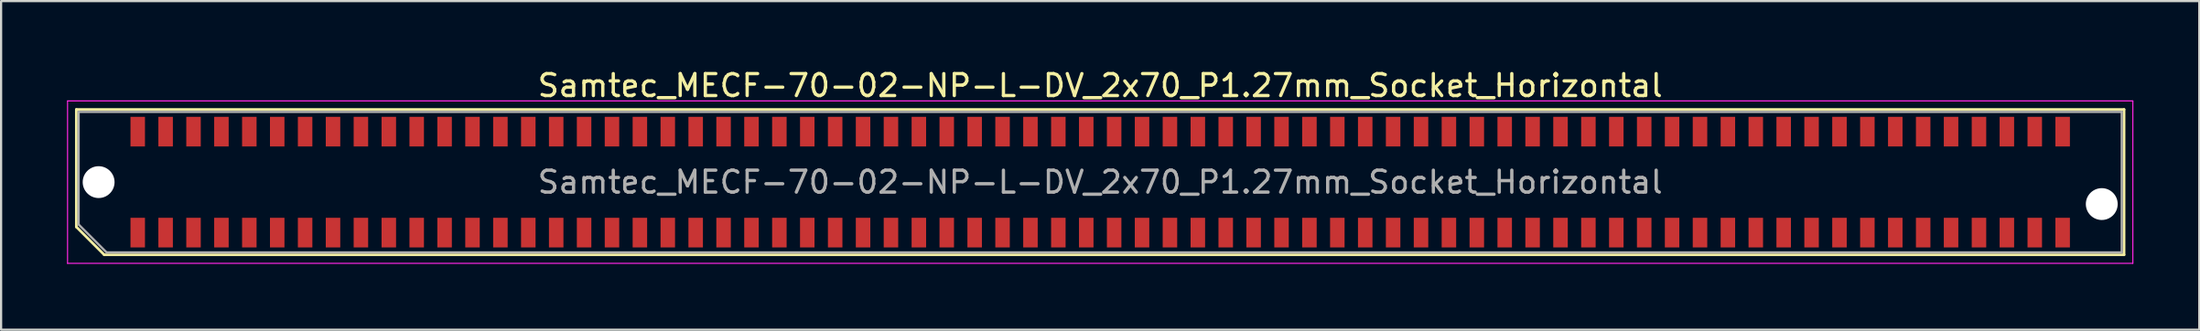
<source format=kicad_pcb>
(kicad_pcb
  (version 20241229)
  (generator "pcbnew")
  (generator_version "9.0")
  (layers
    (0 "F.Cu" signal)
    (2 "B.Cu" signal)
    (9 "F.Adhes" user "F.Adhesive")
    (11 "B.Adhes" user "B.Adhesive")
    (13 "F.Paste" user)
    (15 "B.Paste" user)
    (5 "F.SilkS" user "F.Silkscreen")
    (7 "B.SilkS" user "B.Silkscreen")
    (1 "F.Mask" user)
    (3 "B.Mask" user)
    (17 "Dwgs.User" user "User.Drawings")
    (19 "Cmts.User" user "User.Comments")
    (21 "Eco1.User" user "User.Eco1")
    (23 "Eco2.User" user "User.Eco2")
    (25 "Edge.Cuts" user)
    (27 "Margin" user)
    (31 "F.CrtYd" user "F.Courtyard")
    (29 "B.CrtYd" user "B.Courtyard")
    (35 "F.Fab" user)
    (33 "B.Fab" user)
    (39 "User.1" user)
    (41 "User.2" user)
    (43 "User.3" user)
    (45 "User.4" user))
  (footprint "Samtec_MECF-70-02-NP-L-DV_2x70_P1.27mm_Socket_Horizontal"
    (layer "F.Cu")
    (at 47.035 5.248)
    (property "Reference" "Samtec_MECF-70-02-NP-L-DV_2x70_P1.27mm_Socket_Horizontal" (at 0 -4.4 0) (layer "F.SilkS") (effects (font (size 1 1) (thickness 0.15))))
    (attr smd)
    (fp_line (start -46.61 -3.31) (end 46.61 -3.31) (stroke (width 0.12) (type solid)) (layer "F.SilkS"))
    (fp_line (start -46.61 2.04) (end -46.61 -3.31) (stroke (width 0.12) (type solid)) (layer "F.SilkS"))
    (fp_line (start -45.34 3.31) (end -46.61 2.04) (stroke (width 0.12) (type solid)) (layer "F.SilkS"))
    (fp_line (start -45.34 3.31) (end 46.61 3.31) (stroke (width 0.12) (type solid)) (layer "F.SilkS"))
    (fp_line (start 46.61 3.31) (end 46.61 -3.31) (stroke (width 0.12) (type solid)) (layer "F.SilkS"))
    (fp_line (start -47.01 -3.7) (end -47.01 3.7) (stroke (width 0.05) (type solid)) (layer "F.CrtYd"))
    (fp_line (start -47.01 3.7) (end 47.01 3.7) (stroke (width 0.05) (type solid)) (layer "F.CrtYd"))
    (fp_line (start 47.01 -3.7) (end -47.01 -3.7) (stroke (width 0.05) (type solid)) (layer "F.CrtYd"))
    (fp_line (start 47.01 3.7) (end 47.01 -3.7) (stroke (width 0.05) (type solid)) (layer "F.CrtYd"))
    (fp_line (start -46.505 -3.2) (end 46.505 -3.2) (stroke (width 0.1) (type solid)) (layer "F.Fab"))
    (fp_line (start -46.505 1.93) (end -46.505 -3.2) (stroke (width 0.1) (type solid)) (layer "F.Fab"))
    (fp_line (start -46.505 1.93) (end -45.235 3.2) (stroke (width 0.1) (type solid)) (layer "F.Fab"))
    (fp_line (start -45.235 3.2) (end 46.505 3.2) (stroke (width 0.1) (type solid)) (layer "F.Fab"))
    (fp_line (start 46.505 3.2) (end 46.505 -3.2) (stroke (width 0.1) (type solid)) (layer "F.Fab"))
    (fp_text user "${REFERENCE}" (at 0 0 0) (layer "F.Fab") (effects (font (size 1 1) (thickness 0.15))))
    (pad "" np_thru_hole circle (at -45.595 0) (size 1.45 1.45) (drill 1.45) (layers "*.Cu" "*.Mask"))
    (pad "" np_thru_hole circle (at 45.595 1) (size 1.45 1.45) (drill 1.45) (layers "*.Cu" "*.Mask"))
    (pad "1" smd rect (at -43.815 2.3) (size 0.66 1.35) (layers "F.Cu" "F.Mask" "F.Paste"))
    (pad "2" smd rect (at -43.815 -2.3) (size 0.66 1.35) (layers "F.Cu" "F.Mask" "F.Paste"))
    (pad "3" smd rect (at -42.545 2.3) (size 0.66 1.35) (layers "F.Cu" "F.Mask" "F.Paste"))
    (pad "4" smd rect (at -42.545 -2.3) (size 0.66 1.35) (layers "F.Cu" "F.Mask" "F.Paste"))
    (pad "5" smd rect (at -41.275 2.3) (size 0.66 1.35) (layers "F.Cu" "F.Mask" "F.Paste"))
    (pad "6" smd rect (at -41.275 -2.3) (size 0.66 1.35) (layers "F.Cu" "F.Mask" "F.Paste"))
    (pad "7" smd rect (at -40.005 2.3) (size 0.66 1.35) (layers "F.Cu" "F.Mask" "F.Paste"))
    (pad "8" smd rect (at -40.005 -2.3) (size 0.66 1.35) (layers "F.Cu" "F.Mask" "F.Paste"))
    (pad "9" smd rect (at -38.735 2.3) (size 0.66 1.35) (layers "F.Cu" "F.Mask" "F.Paste"))
    (pad "10" smd rect (at -38.735 -2.3) (size 0.66 1.35) (layers "F.Cu" "F.Mask" "F.Paste"))
    (pad "11" smd rect (at -37.465 2.3) (size 0.66 1.35) (layers "F.Cu" "F.Mask" "F.Paste"))
    (pad "12" smd rect (at -37.465 -2.3) (size 0.66 1.35) (layers "F.Cu" "F.Mask" "F.Paste"))
    (pad "13" smd rect (at -36.195 2.3) (size 0.66 1.35) (layers "F.Cu" "F.Mask" "F.Paste"))
    (pad "14" smd rect (at -36.195 -2.3) (size 0.66 1.35) (layers "F.Cu" "F.Mask" "F.Paste"))
    (pad "15" smd rect (at -34.925 2.3) (size 0.66 1.35) (layers "F.Cu" "F.Mask" "F.Paste"))
    (pad "16" smd rect (at -34.925 -2.3) (size 0.66 1.35) (layers "F.Cu" "F.Mask" "F.Paste"))
    (pad "17" smd rect (at -33.655 2.3) (size 0.66 1.35) (layers "F.Cu" "F.Mask" "F.Paste"))
    (pad "18" smd rect (at -33.655 -2.3) (size 0.66 1.35) (layers "F.Cu" "F.Mask" "F.Paste"))
    (pad "19" smd rect (at -32.385 2.3) (size 0.66 1.35) (layers "F.Cu" "F.Mask" "F.Paste"))
    (pad "20" smd rect (at -32.385 -2.3) (size 0.66 1.35) (layers "F.Cu" "F.Mask" "F.Paste"))
    (pad "21" smd rect (at -31.115 2.3) (size 0.66 1.35) (layers "F.Cu" "F.Mask" "F.Paste"))
    (pad "22" smd rect (at -31.115 -2.3) (size 0.66 1.35) (layers "F.Cu" "F.Mask" "F.Paste"))
    (pad "23" smd rect (at -29.845 2.3) (size 0.66 1.35) (layers "F.Cu" "F.Mask" "F.Paste"))
    (pad "24" smd rect (at -29.845 -2.3) (size 0.66 1.35) (layers "F.Cu" "F.Mask" "F.Paste"))
    (pad "25" smd rect (at -28.575 2.3) (size 0.66 1.35) (layers "F.Cu" "F.Mask" "F.Paste"))
    (pad "26" smd rect (at -28.575 -2.3) (size 0.66 1.35) (layers "F.Cu" "F.Mask" "F.Paste"))
    (pad "27" smd rect (at -27.305 2.3) (size 0.66 1.35) (layers "F.Cu" "F.Mask" "F.Paste"))
    (pad "28" smd rect (at -27.305 -2.3) (size 0.66 1.35) (layers "F.Cu" "F.Mask" "F.Paste"))
    (pad "29" smd rect (at -26.035 2.3) (size 0.66 1.35) (layers "F.Cu" "F.Mask" "F.Paste"))
    (pad "30" smd rect (at -26.035 -2.3) (size 0.66 1.35) (layers "F.Cu" "F.Mask" "F.Paste"))
    (pad "31" smd rect (at -24.765 2.3) (size 0.66 1.35) (layers "F.Cu" "F.Mask" "F.Paste"))
    (pad "32" smd rect (at -24.765 -2.3) (size 0.66 1.35) (layers "F.Cu" "F.Mask" "F.Paste"))
    (pad "33" smd rect (at -23.495 2.3) (size 0.66 1.35) (layers "F.Cu" "F.Mask" "F.Paste"))
    (pad "34" smd rect (at -23.495 -2.3) (size 0.66 1.35) (layers "F.Cu" "F.Mask" "F.Paste"))
    (pad "35" smd rect (at -22.225 2.3) (size 0.66 1.35) (layers "F.Cu" "F.Mask" "F.Paste"))
    (pad "36" smd rect (at -22.225 -2.3) (size 0.66 1.35) (layers "F.Cu" "F.Mask" "F.Paste"))
    (pad "37" smd rect (at -20.955 2.3) (size 0.66 1.35) (layers "F.Cu" "F.Mask" "F.Paste"))
    (pad "38" smd rect (at -20.955 -2.3) (size 0.66 1.35) (layers "F.Cu" "F.Mask" "F.Paste"))
    (pad "39" smd rect (at -19.685 2.3) (size 0.66 1.35) (layers "F.Cu" "F.Mask" "F.Paste"))
    (pad "40" smd rect (at -19.685 -2.3) (size 0.66 1.35) (layers "F.Cu" "F.Mask" "F.Paste"))
    (pad "41" smd rect (at -18.415 2.3) (size 0.66 1.35) (layers "F.Cu" "F.Mask" "F.Paste"))
    (pad "42" smd rect (at -18.415 -2.3) (size 0.66 1.35) (layers "F.Cu" "F.Mask" "F.Paste"))
    (pad "43" smd rect (at -17.145 2.3) (size 0.66 1.35) (layers "F.Cu" "F.Mask" "F.Paste"))
    (pad "44" smd rect (at -17.145 -2.3) (size 0.66 1.35) (layers "F.Cu" "F.Mask" "F.Paste"))
    (pad "45" smd rect (at -15.875 2.3) (size 0.66 1.35) (layers "F.Cu" "F.Mask" "F.Paste"))
    (pad "46" smd rect (at -15.875 -2.3) (size 0.66 1.35) (layers "F.Cu" "F.Mask" "F.Paste"))
    (pad "47" smd rect (at -14.605 2.3) (size 0.66 1.35) (layers "F.Cu" "F.Mask" "F.Paste"))
    (pad "48" smd rect (at -14.605 -2.3) (size 0.66 1.35) (layers "F.Cu" "F.Mask" "F.Paste"))
    (pad "49" smd rect (at -13.335 2.3) (size 0.66 1.35) (layers "F.Cu" "F.Mask" "F.Paste"))
    (pad "50" smd rect (at -13.335 -2.3) (size 0.66 1.35) (layers "F.Cu" "F.Mask" "F.Paste"))
    (pad "51" smd rect (at -12.065 2.3) (size 0.66 1.35) (layers "F.Cu" "F.Mask" "F.Paste"))
    (pad "52" smd rect (at -12.065 -2.3) (size 0.66 1.35) (layers "F.Cu" "F.Mask" "F.Paste"))
    (pad "53" smd rect (at -10.795 2.3) (size 0.66 1.35) (layers "F.Cu" "F.Mask" "F.Paste"))
    (pad "54" smd rect (at -10.795 -2.3) (size 0.66 1.35) (layers "F.Cu" "F.Mask" "F.Paste"))
    (pad "55" smd rect (at -9.525 2.3) (size 0.66 1.35) (layers "F.Cu" "F.Mask" "F.Paste"))
    (pad "56" smd rect (at -9.525 -2.3) (size 0.66 1.35) (layers "F.Cu" "F.Mask" "F.Paste"))
    (pad "57" smd rect (at -8.255 2.3) (size 0.66 1.35) (layers "F.Cu" "F.Mask" "F.Paste"))
    (pad "58" smd rect (at -8.255 -2.3) (size 0.66 1.35) (layers "F.Cu" "F.Mask" "F.Paste"))
    (pad "59" smd rect (at -6.985 2.3) (size 0.66 1.35) (layers "F.Cu" "F.Mask" "F.Paste"))
    (pad "60" smd rect (at -6.985 -2.3) (size 0.66 1.35) (layers "F.Cu" "F.Mask" "F.Paste"))
    (pad "61" smd rect (at -5.715 2.3) (size 0.66 1.35) (layers "F.Cu" "F.Mask" "F.Paste"))
    (pad "62" smd rect (at -5.715 -2.3) (size 0.66 1.35) (layers "F.Cu" "F.Mask" "F.Paste"))
    (pad "63" smd rect (at -4.445 2.3) (size 0.66 1.35) (layers "F.Cu" "F.Mask" "F.Paste"))
    (pad "64" smd rect (at -4.445 -2.3) (size 0.66 1.35) (layers "F.Cu" "F.Mask" "F.Paste"))
    (pad "65" smd rect (at -3.175 2.3) (size 0.66 1.35) (layers "F.Cu" "F.Mask" "F.Paste"))
    (pad "66" smd rect (at -3.175 -2.3) (size 0.66 1.35) (layers "F.Cu" "F.Mask" "F.Paste"))
    (pad "67" smd rect (at -1.905 2.3) (size 0.66 1.35) (layers "F.Cu" "F.Mask" "F.Paste"))
    (pad "68" smd rect (at -1.905 -2.3) (size 0.66 1.35) (layers "F.Cu" "F.Mask" "F.Paste"))
    (pad "69" smd rect (at -0.635 2.3) (size 0.66 1.35) (layers "F.Cu" "F.Mask" "F.Paste"))
    (pad "70" smd rect (at -0.635 -2.3) (size 0.66 1.35) (layers "F.Cu" "F.Mask" "F.Paste"))
    (pad "71" smd rect (at 0.635 2.3) (size 0.66 1.35) (layers "F.Cu" "F.Mask" "F.Paste"))
    (pad "72" smd rect (at 0.635 -2.3) (size 0.66 1.35) (layers "F.Cu" "F.Mask" "F.Paste"))
    (pad "73" smd rect (at 1.905 2.3) (size 0.66 1.35) (layers "F.Cu" "F.Mask" "F.Paste"))
    (pad "74" smd rect (at 1.905 -2.3) (size 0.66 1.35) (layers "F.Cu" "F.Mask" "F.Paste"))
    (pad "75" smd rect (at 3.175 2.3) (size 0.66 1.35) (layers "F.Cu" "F.Mask" "F.Paste"))
    (pad "76" smd rect (at 3.175 -2.3) (size 0.66 1.35) (layers "F.Cu" "F.Mask" "F.Paste"))
    (pad "77" smd rect (at 4.445 2.3) (size 0.66 1.35) (layers "F.Cu" "F.Mask" "F.Paste"))
    (pad "78" smd rect (at 4.445 -2.3) (size 0.66 1.35) (layers "F.Cu" "F.Mask" "F.Paste"))
    (pad "79" smd rect (at 5.715 2.3) (size 0.66 1.35) (layers "F.Cu" "F.Mask" "F.Paste"))
    (pad "80" smd rect (at 5.715 -2.3) (size 0.66 1.35) (layers "F.Cu" "F.Mask" "F.Paste"))
    (pad "81" smd rect (at 6.985 2.3) (size 0.66 1.35) (layers "F.Cu" "F.Mask" "F.Paste"))
    (pad "82" smd rect (at 6.985 -2.3) (size 0.66 1.35) (layers "F.Cu" "F.Mask" "F.Paste"))
    (pad "83" smd rect (at 8.255 2.3) (size 0.66 1.35) (layers "F.Cu" "F.Mask" "F.Paste"))
    (pad "84" smd rect (at 8.255 -2.3) (size 0.66 1.35) (layers "F.Cu" "F.Mask" "F.Paste"))
    (pad "85" smd rect (at 9.525 2.3) (size 0.66 1.35) (layers "F.Cu" "F.Mask" "F.Paste"))
    (pad "86" smd rect (at 9.525 -2.3) (size 0.66 1.35) (layers "F.Cu" "F.Mask" "F.Paste"))
    (pad "87" smd rect (at 10.795 2.3) (size 0.66 1.35) (layers "F.Cu" "F.Mask" "F.Paste"))
    (pad "88" smd rect (at 10.795 -2.3) (size 0.66 1.35) (layers "F.Cu" "F.Mask" "F.Paste"))
    (pad "89" smd rect (at 12.065 2.3) (size 0.66 1.35) (layers "F.Cu" "F.Mask" "F.Paste"))
    (pad "90" smd rect (at 12.065 -2.3) (size 0.66 1.35) (layers "F.Cu" "F.Mask" "F.Paste"))
    (pad "91" smd rect (at 13.335 2.3) (size 0.66 1.35) (layers "F.Cu" "F.Mask" "F.Paste"))
    (pad "92" smd rect (at 13.335 -2.3) (size 0.66 1.35) (layers "F.Cu" "F.Mask" "F.Paste"))
    (pad "93" smd rect (at 14.605 2.3) (size 0.66 1.35) (layers "F.Cu" "F.Mask" "F.Paste"))
    (pad "94" smd rect (at 14.605 -2.3) (size 0.66 1.35) (layers "F.Cu" "F.Mask" "F.Paste"))
    (pad "95" smd rect (at 15.875 2.3) (size 0.66 1.35) (layers "F.Cu" "F.Mask" "F.Paste"))
    (pad "96" smd rect (at 15.875 -2.3) (size 0.66 1.35) (layers "F.Cu" "F.Mask" "F.Paste"))
    (pad "97" smd rect (at 17.145 2.3) (size 0.66 1.35) (layers "F.Cu" "F.Mask" "F.Paste"))
    (pad "98" smd rect (at 17.145 -2.3) (size 0.66 1.35) (layers "F.Cu" "F.Mask" "F.Paste"))
    (pad "99" smd rect (at 18.415 2.3) (size 0.66 1.35) (layers "F.Cu" "F.Mask" "F.Paste"))
    (pad "100" smd rect (at 18.415 -2.3) (size 0.66 1.35) (layers "F.Cu" "F.Mask" "F.Paste"))
    (pad "101" smd rect (at 19.685 2.3) (size 0.66 1.35) (layers "F.Cu" "F.Mask" "F.Paste"))
    (pad "102" smd rect (at 19.685 -2.3) (size 0.66 1.35) (layers "F.Cu" "F.Mask" "F.Paste"))
    (pad "103" smd rect (at 20.955 2.3) (size 0.66 1.35) (layers "F.Cu" "F.Mask" "F.Paste"))
    (pad "104" smd rect (at 20.955 -2.3) (size 0.66 1.35) (layers "F.Cu" "F.Mask" "F.Paste"))
    (pad "105" smd rect (at 22.225 2.3) (size 0.66 1.35) (layers "F.Cu" "F.Mask" "F.Paste"))
    (pad "106" smd rect (at 22.225 -2.3) (size 0.66 1.35) (layers "F.Cu" "F.Mask" "F.Paste"))
    (pad "107" smd rect (at 23.495 2.3) (size 0.66 1.35) (layers "F.Cu" "F.Mask" "F.Paste"))
    (pad "108" smd rect (at 23.495 -2.3) (size 0.66 1.35) (layers "F.Cu" "F.Mask" "F.Paste"))
    (pad "109" smd rect (at 24.765 2.3) (size 0.66 1.35) (layers "F.Cu" "F.Mask" "F.Paste"))
    (pad "110" smd rect (at 24.765 -2.3) (size 0.66 1.35) (layers "F.Cu" "F.Mask" "F.Paste"))
    (pad "111" smd rect (at 26.035 2.3) (size 0.66 1.35) (layers "F.Cu" "F.Mask" "F.Paste"))
    (pad "112" smd rect (at 26.035 -2.3) (size 0.66 1.35) (layers "F.Cu" "F.Mask" "F.Paste"))
    (pad "113" smd rect (at 27.305 2.3) (size 0.66 1.35) (layers "F.Cu" "F.Mask" "F.Paste"))
    (pad "114" smd rect (at 27.305 -2.3) (size 0.66 1.35) (layers "F.Cu" "F.Mask" "F.Paste"))
    (pad "115" smd rect (at 28.575 2.3) (size 0.66 1.35) (layers "F.Cu" "F.Mask" "F.Paste"))
    (pad "116" smd rect (at 28.575 -2.3) (size 0.66 1.35) (layers "F.Cu" "F.Mask" "F.Paste"))
    (pad "117" smd rect (at 29.845 2.3) (size 0.66 1.35) (layers "F.Cu" "F.Mask" "F.Paste"))
    (pad "118" smd rect (at 29.845 -2.3) (size 0.66 1.35) (layers "F.Cu" "F.Mask" "F.Paste"))
    (pad "119" smd rect (at 31.115 2.3) (size 0.66 1.35) (layers "F.Cu" "F.Mask" "F.Paste"))
    (pad "120" smd rect (at 31.115 -2.3) (size 0.66 1.35) (layers "F.Cu" "F.Mask" "F.Paste"))
    (pad "121" smd rect (at 32.385 2.3) (size 0.66 1.35) (layers "F.Cu" "F.Mask" "F.Paste"))
    (pad "122" smd rect (at 32.385 -2.3) (size 0.66 1.35) (layers "F.Cu" "F.Mask" "F.Paste"))
    (pad "123" smd rect (at 33.655 2.3) (size 0.66 1.35) (layers "F.Cu" "F.Mask" "F.Paste"))
    (pad "124" smd rect (at 33.655 -2.3) (size 0.66 1.35) (layers "F.Cu" "F.Mask" "F.Paste"))
    (pad "125" smd rect (at 34.925 2.3) (size 0.66 1.35) (layers "F.Cu" "F.Mask" "F.Paste"))
    (pad "126" smd rect (at 34.925 -2.3) (size 0.66 1.35) (layers "F.Cu" "F.Mask" "F.Paste"))
    (pad "127" smd rect (at 36.195 2.3) (size 0.66 1.35) (layers "F.Cu" "F.Mask" "F.Paste"))
    (pad "128" smd rect (at 36.195 -2.3) (size 0.66 1.35) (layers "F.Cu" "F.Mask" "F.Paste"))
    (pad "129" smd rect (at 37.465 2.3) (size 0.66 1.35) (layers "F.Cu" "F.Mask" "F.Paste"))
    (pad "130" smd rect (at 37.465 -2.3) (size 0.66 1.35) (layers "F.Cu" "F.Mask" "F.Paste"))
    (pad "131" smd rect (at 38.735 2.3) (size 0.66 1.35) (layers "F.Cu" "F.Mask" "F.Paste"))
    (pad "132" smd rect (at 38.735 -2.3) (size 0.66 1.35) (layers "F.Cu" "F.Mask" "F.Paste"))
    (pad "133" smd rect (at 40.005 2.3) (size 0.66 1.35) (layers "F.Cu" "F.Mask" "F.Paste"))
    (pad "134" smd rect (at 40.005 -2.3) (size 0.66 1.35) (layers "F.Cu" "F.Mask" "F.Paste"))
    (pad "135" smd rect (at 41.275 2.3) (size 0.66 1.35) (layers "F.Cu" "F.Mask" "F.Paste"))
    (pad "136" smd rect (at 41.275 -2.3) (size 0.66 1.35) (layers "F.Cu" "F.Mask" "F.Paste"))
    (pad "137" smd rect (at 42.545 2.3) (size 0.66 1.35) (layers "F.Cu" "F.Mask" "F.Paste"))
    (pad "138" smd rect (at 42.545 -2.3) (size 0.66 1.35) (layers "F.Cu" "F.Mask" "F.Paste"))
    (pad "139" smd rect (at 43.815 2.3) (size 0.66 1.35) (layers "F.Cu" "F.Mask" "F.Paste"))
    (pad "140" smd rect (at 43.815 -2.3) (size 0.66 1.35) (layers "F.Cu" "F.Mask" "F.Paste")))
  (gr_rect
    (start -3 -3)
    (end 97.07 11.973)
    (stroke (width 0.1) (type default))
    (fill no)
    (layer "Edge.Cuts")))
</source>
